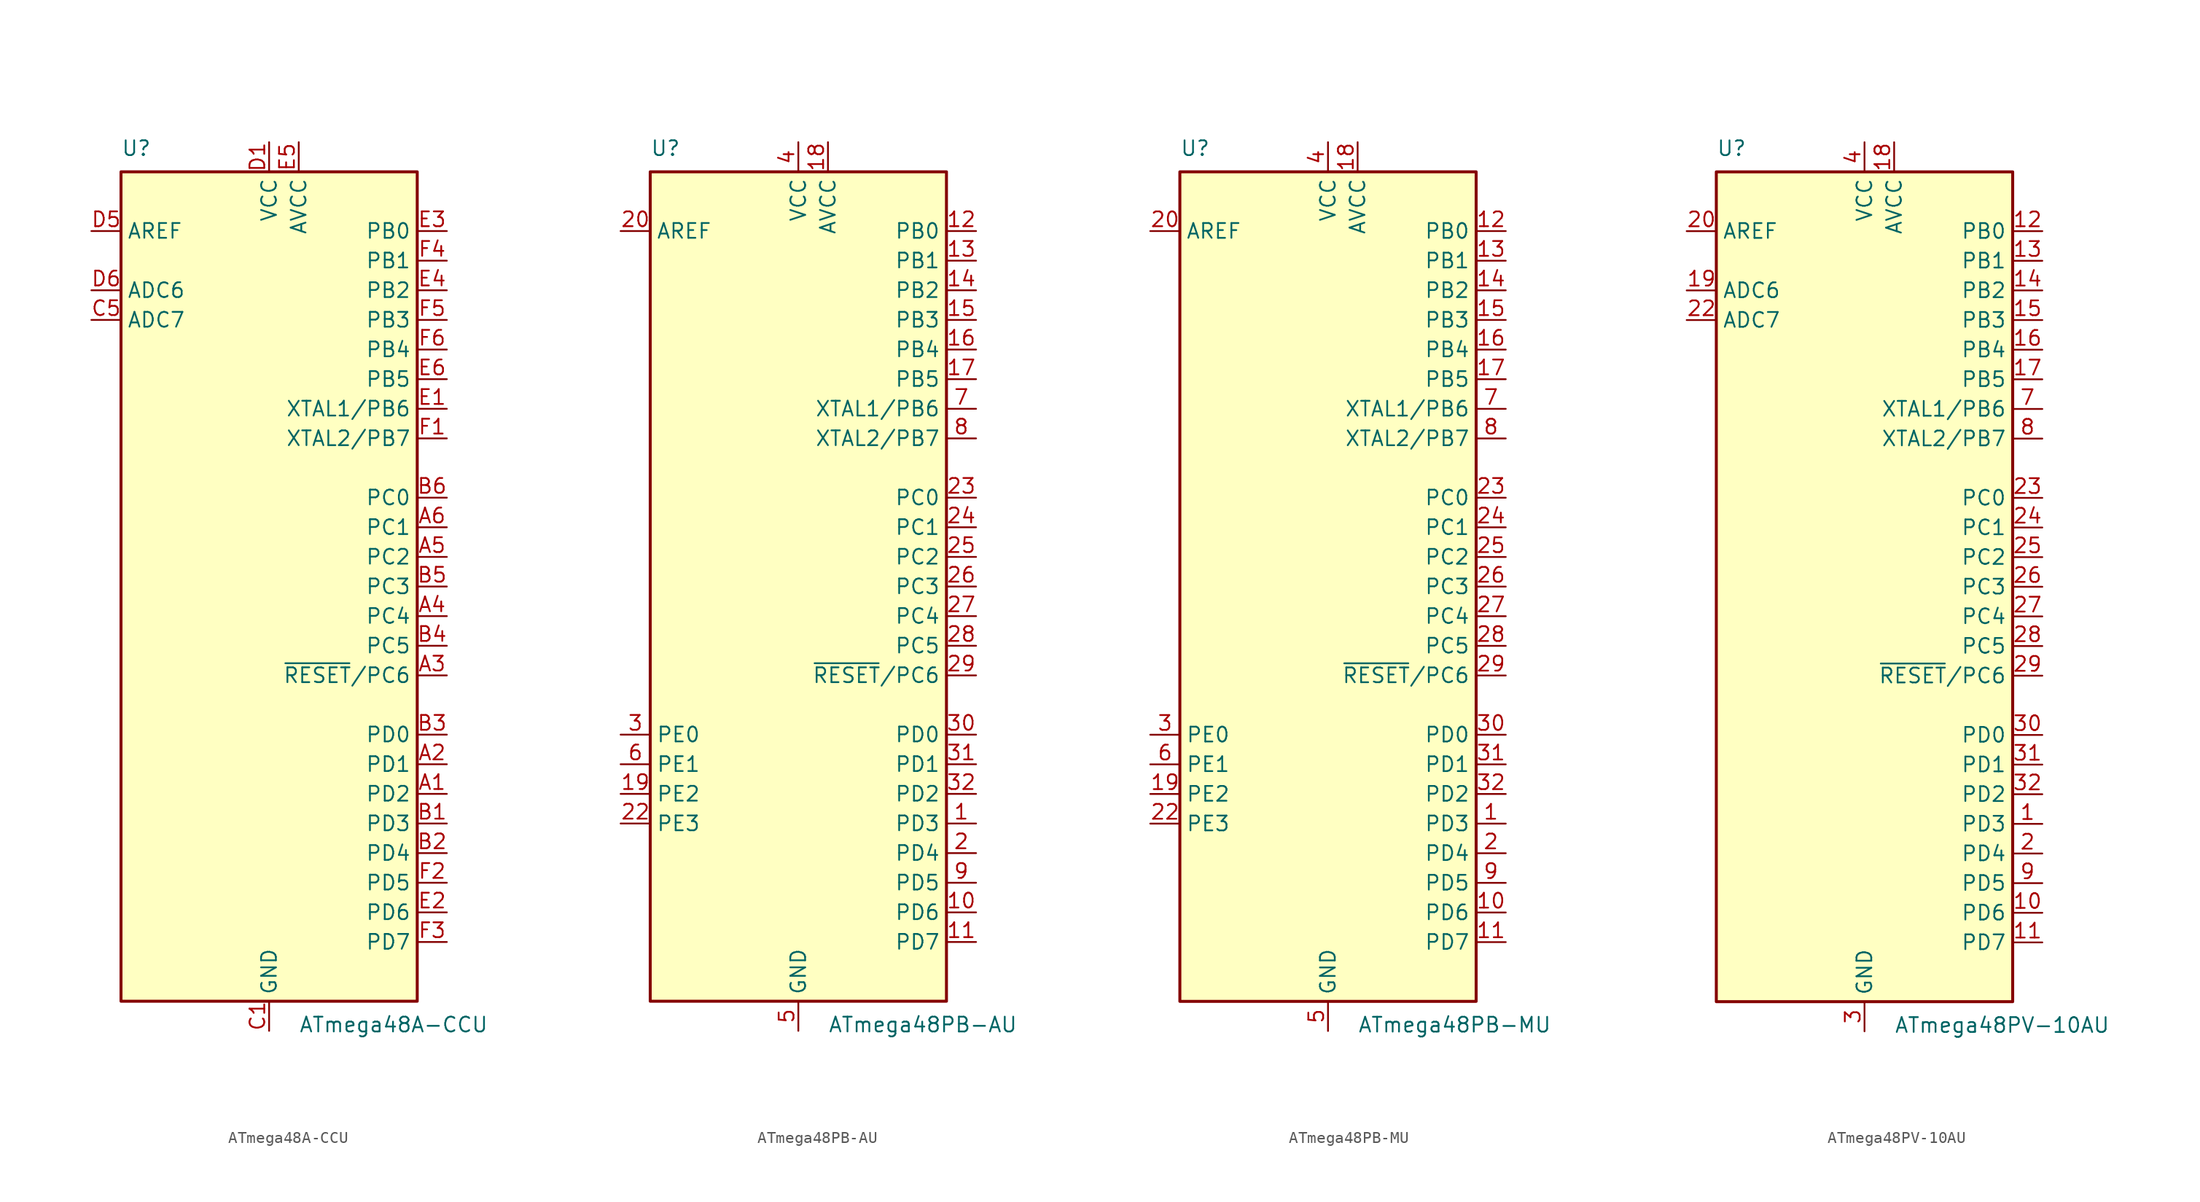
<source format=kicad_sym>
(kicad_symbol_lib
  (version 20211014)
  (generator kicad_symbol_editor)
  (symbol "ATmega48A-CCU"
    (property "Reference" "U"
      (at -12.7 36.83 0)
      (effects (font (size 1.27 1.27)) (justify left bottom)))
    (property "Value" "ATmega48A-CCU"
      (at 2.54 -36.83 0)
      (effects (font (size 1.27 1.27)) (justify left top)))
    (symbol "ATmega48A-CCU_0_1"
      (rectangle (start -12.7 -35.56) (end 12.7 35.56) (stroke (width 0.254) (type default) (color 0 0 0 0)) (fill (type background))))
    (symbol "ATmega48A-CCU_1_1"
      (pin bidirectional line (at 15.24 -17.78 180) (length 2.54) (name "PD2" (effects (font (size 1.27 1.27)))) (number "A1" (effects (font (size 1.27 1.27)))))
      (pin bidirectional line (at 15.24 -15.24 180) (length 2.54) (name "PD1" (effects (font (size 1.27 1.27)))) (number "A2" (effects (font (size 1.27 1.27)))))
      (pin bidirectional line (at 15.24 -7.62 180) (length 2.54) (name "~{RESET}/PC6" (effects (font (size 1.27 1.27)))) (number "A3" (effects (font (size 1.27 1.27)))))
      (pin bidirectional line (at 15.24 -2.54 180) (length 2.54) (name "PC4" (effects (font (size 1.27 1.27)))) (number "A4" (effects (font (size 1.27 1.27)))))
      (pin bidirectional line (at 15.24 2.54 180) (length 2.54) (name "PC2" (effects (font (size 1.27 1.27)))) (number "A5" (effects (font (size 1.27 1.27)))))
      (pin bidirectional line (at 15.24 5.08 180) (length 2.54) (name "PC1" (effects (font (size 1.27 1.27)))) (number "A6" (effects (font (size 1.27 1.27)))))
      (pin bidirectional line (at 15.24 -20.32 180) (length 2.54) (name "PD3" (effects (font (size 1.27 1.27)))) (number "B1" (effects (font (size 1.27 1.27)))))
      (pin bidirectional line (at 15.24 -22.86 180) (length 2.54) (name "PD4" (effects (font (size 1.27 1.27)))) (number "B2" (effects (font (size 1.27 1.27)))))
      (pin bidirectional line (at 15.24 -12.7 180) (length 2.54) (name "PD0" (effects (font (size 1.27 1.27)))) (number "B3" (effects (font (size 1.27 1.27)))))
      (pin bidirectional line (at 15.24 -5.08 180) (length 2.54) (name "PC5" (effects (font (size 1.27 1.27)))) (number "B4" (effects (font (size 1.27 1.27)))))
      (pin bidirectional line (at 15.24 0 180) (length 2.54) (name "PC3" (effects (font (size 1.27 1.27)))) (number "B5" (effects (font (size 1.27 1.27)))))
      (pin bidirectional line (at 15.24 7.62 180) (length 2.54) (name "PC0" (effects (font (size 1.27 1.27)))) (number "B6" (effects (font (size 1.27 1.27)))))
      (pin power_in line (at 0 -38.1 90) (length 2.54) (name "GND" (effects (font (size 1.27 1.27)))) (number "C1" (effects (font (size 1.27 1.27)))))
      (pin passive line (at 0 -38.1 90) (length 2.54) hide (name "GND" (effects (font (size 1.27 1.27)))) (number "C2" (effects (font (size 1.27 1.27)))))
      (pin input line (at -15.24 22.86 0) (length 2.54) (name "ADC7" (effects (font (size 1.27 1.27)))) (number "C5" (effects (font (size 1.27 1.27)))))
      (pin passive line (at 0 -38.1 90) (length 2.54) hide (name "GND" (effects (font (size 1.27 1.27)))) (number "C6" (effects (font (size 1.27 1.27)))))
      (pin power_in line (at 0 38.1 270) (length 2.54) (name "VCC" (effects (font (size 1.27 1.27)))) (number "D1" (effects (font (size 1.27 1.27)))))
      (pin passive line (at 0 38.1 270) (length 2.54) hide (name "VCC" (effects (font (size 1.27 1.27)))) (number "D2" (effects (font (size 1.27 1.27)))))
      (pin passive line (at -15.24 30.48 0) (length 2.54) (name "AREF" (effects (font (size 1.27 1.27)))) (number "D5" (effects (font (size 1.27 1.27)))))
      (pin input line (at -15.24 25.4 0) (length 2.54) (name "ADC6" (effects (font (size 1.27 1.27)))) (number "D6" (effects (font (size 1.27 1.27)))))
      (pin bidirectional line (at 15.24 15.24 180) (length 2.54) (name "XTAL1/PB6" (effects (font (size 1.27 1.27)))) (number "E1" (effects (font (size 1.27 1.27)))))
      (pin bidirectional line (at 15.24 -27.94 180) (length 2.54) (name "PD6" (effects (font (size 1.27 1.27)))) (number "E2" (effects (font (size 1.27 1.27)))))
      (pin bidirectional line (at 15.24 30.48 180) (length 2.54) (name "PB0" (effects (font (size 1.27 1.27)))) (number "E3" (effects (font (size 1.27 1.27)))))
      (pin bidirectional line (at 15.24 25.4 180) (length 2.54) (name "PB2" (effects (font (size 1.27 1.27)))) (number "E4" (effects (font (size 1.27 1.27)))))
      (pin power_in line (at 2.54 38.1 270) (length 2.54) (name "AVCC" (effects (font (size 1.27 1.27)))) (number "E5" (effects (font (size 1.27 1.27)))))
      (pin bidirectional line (at 15.24 17.78 180) (length 2.54) (name "PB5" (effects (font (size 1.27 1.27)))) (number "E6" (effects (font (size 1.27 1.27)))))
      (pin bidirectional line (at 15.24 12.7 180) (length 2.54) (name "XTAL2/PB7" (effects (font (size 1.27 1.27)))) (number "F1" (effects (font (size 1.27 1.27)))))
      (pin bidirectional line (at 15.24 -25.4 180) (length 2.54) (name "PD5" (effects (font (size 1.27 1.27)))) (number "F2" (effects (font (size 1.27 1.27)))))
      (pin bidirectional line (at 15.24 -30.48 180) (length 2.54) (name "PD7" (effects (font (size 1.27 1.27)))) (number "F3" (effects (font (size 1.27 1.27)))))
      (pin bidirectional line (at 15.24 27.94 180) (length 2.54) (name "PB1" (effects (font (size 1.27 1.27)))) (number "F4" (effects (font (size 1.27 1.27)))))
      (pin bidirectional line (at 15.24 22.86 180) (length 2.54) (name "PB3" (effects (font (size 1.27 1.27)))) (number "F5" (effects (font (size 1.27 1.27)))))
      (pin bidirectional line (at 15.24 20.32 180) (length 2.54) (name "PB4" (effects (font (size 1.27 1.27)))) (number "F6" (effects (font (size 1.27 1.27)))))))
  (symbol "ATmega48PB-AU"
    (property "Reference" "U"
      (at -12.7 36.83 0)
      (effects (font (size 1.27 1.27)) (justify left bottom)))
    (property "Value" "ATmega48PB-AU"
      (at 2.54 -36.83 0)
      (effects (font (size 1.27 1.27)) (justify left top)))
    (symbol "ATmega48PB-AU_0_1"
      (rectangle (start -12.7 -35.56) (end 12.7 35.56) (stroke (width 0.254) (type default) (color 0 0 0 0)) (fill (type background))))
    (symbol "ATmega48PB-AU_1_1"
      (pin bidirectional line (at 15.24 -20.32 180) (length 2.54) (name "PD3" (effects (font (size 1.27 1.27)))) (number "1" (effects (font (size 1.27 1.27)))))
      (pin bidirectional line (at 15.24 -27.94 180) (length 2.54) (name "PD6" (effects (font (size 1.27 1.27)))) (number "10" (effects (font (size 1.27 1.27)))))
      (pin bidirectional line (at 15.24 -30.48 180) (length 2.54) (name "PD7" (effects (font (size 1.27 1.27)))) (number "11" (effects (font (size 1.27 1.27)))))
      (pin bidirectional line (at 15.24 30.48 180) (length 2.54) (name "PB0" (effects (font (size 1.27 1.27)))) (number "12" (effects (font (size 1.27 1.27)))))
      (pin bidirectional line (at 15.24 27.94 180) (length 2.54) (name "PB1" (effects (font (size 1.27 1.27)))) (number "13" (effects (font (size 1.27 1.27)))))
      (pin bidirectional line (at 15.24 25.4 180) (length 2.54) (name "PB2" (effects (font (size 1.27 1.27)))) (number "14" (effects (font (size 1.27 1.27)))))
      (pin bidirectional line (at 15.24 22.86 180) (length 2.54) (name "PB3" (effects (font (size 1.27 1.27)))) (number "15" (effects (font (size 1.27 1.27)))))
      (pin bidirectional line (at 15.24 20.32 180) (length 2.54) (name "PB4" (effects (font (size 1.27 1.27)))) (number "16" (effects (font (size 1.27 1.27)))))
      (pin bidirectional line (at 15.24 17.78 180) (length 2.54) (name "PB5" (effects (font (size 1.27 1.27)))) (number "17" (effects (font (size 1.27 1.27)))))
      (pin power_in line (at 2.54 38.1 270) (length 2.54) (name "AVCC" (effects (font (size 1.27 1.27)))) (number "18" (effects (font (size 1.27 1.27)))))
      (pin bidirectional line (at -15.24 -17.78 0) (length 2.54) (name "PE2" (effects (font (size 1.27 1.27)))) (number "19" (effects (font (size 1.27 1.27)))))
      (pin bidirectional line (at 15.24 -22.86 180) (length 2.54) (name "PD4" (effects (font (size 1.27 1.27)))) (number "2" (effects (font (size 1.27 1.27)))))
      (pin passive line (at -15.24 30.48 0) (length 2.54) (name "AREF" (effects (font (size 1.27 1.27)))) (number "20" (effects (font (size 1.27 1.27)))))
      (pin passive line (at 0 -38.1 90) (length 2.54) hide (name "GND" (effects (font (size 1.27 1.27)))) (number "21" (effects (font (size 1.27 1.27)))))
      (pin bidirectional line (at -15.24 -20.32 0) (length 2.54) (name "PE3" (effects (font (size 1.27 1.27)))) (number "22" (effects (font (size 1.27 1.27)))))
      (pin bidirectional line (at 15.24 7.62 180) (length 2.54) (name "PC0" (effects (font (size 1.27 1.27)))) (number "23" (effects (font (size 1.27 1.27)))))
      (pin bidirectional line (at 15.24 5.08 180) (length 2.54) (name "PC1" (effects (font (size 1.27 1.27)))) (number "24" (effects (font (size 1.27 1.27)))))
      (pin bidirectional line (at 15.24 2.54 180) (length 2.54) (name "PC2" (effects (font (size 1.27 1.27)))) (number "25" (effects (font (size 1.27 1.27)))))
      (pin bidirectional line (at 15.24 0 180) (length 2.54) (name "PC3" (effects (font (size 1.27 1.27)))) (number "26" (effects (font (size 1.27 1.27)))))
      (pin bidirectional line (at 15.24 -2.54 180) (length 2.54) (name "PC4" (effects (font (size 1.27 1.27)))) (number "27" (effects (font (size 1.27 1.27)))))
      (pin bidirectional line (at 15.24 -5.08 180) (length 2.54) (name "PC5" (effects (font (size 1.27 1.27)))) (number "28" (effects (font (size 1.27 1.27)))))
      (pin bidirectional line (at 15.24 -7.62 180) (length 2.54) (name "~{RESET}/PC6" (effects (font (size 1.27 1.27)))) (number "29" (effects (font (size 1.27 1.27)))))
      (pin bidirectional line (at -15.24 -12.7 0) (length 2.54) (name "PE0" (effects (font (size 1.27 1.27)))) (number "3" (effects (font (size 1.27 1.27)))))
      (pin bidirectional line (at 15.24 -12.7 180) (length 2.54) (name "PD0" (effects (font (size 1.27 1.27)))) (number "30" (effects (font (size 1.27 1.27)))))
      (pin bidirectional line (at 15.24 -15.24 180) (length 2.54) (name "PD1" (effects (font (size 1.27 1.27)))) (number "31" (effects (font (size 1.27 1.27)))))
      (pin bidirectional line (at 15.24 -17.78 180) (length 2.54) (name "PD2" (effects (font (size 1.27 1.27)))) (number "32" (effects (font (size 1.27 1.27)))))
      (pin power_in line (at 0 38.1 270) (length 2.54) (name "VCC" (effects (font (size 1.27 1.27)))) (number "4" (effects (font (size 1.27 1.27)))))
      (pin power_in line (at 0 -38.1 90) (length 2.54) (name "GND" (effects (font (size 1.27 1.27)))) (number "5" (effects (font (size 1.27 1.27)))))
      (pin bidirectional line (at -15.24 -15.24 0) (length 2.54) (name "PE1" (effects (font (size 1.27 1.27)))) (number "6" (effects (font (size 1.27 1.27)))))
      (pin bidirectional line (at 15.24 15.24 180) (length 2.54) (name "XTAL1/PB6" (effects (font (size 1.27 1.27)))) (number "7" (effects (font (size 1.27 1.27)))))
      (pin bidirectional line (at 15.24 12.7 180) (length 2.54) (name "XTAL2/PB7" (effects (font (size 1.27 1.27)))) (number "8" (effects (font (size 1.27 1.27)))))
      (pin bidirectional line (at 15.24 -25.4 180) (length 2.54) (name "PD5" (effects (font (size 1.27 1.27)))) (number "9" (effects (font (size 1.27 1.27)))))))
  (symbol "ATmega48PB-MU"
    (property "Reference" "U"
      (at -12.7 36.83 0)
      (effects (font (size 1.27 1.27)) (justify left bottom)))
    (property "Value" "ATmega48PB-MU"
      (at 2.54 -36.83 0)
      (effects (font (size 1.27 1.27)) (justify left top)))
    (symbol "ATmega48PB-MU_0_1"
      (rectangle (start -12.7 -35.56) (end 12.7 35.56) (stroke (width 0.254) (type default) (color 0 0 0 0)) (fill (type background))))
    (symbol "ATmega48PB-MU_1_1"
      (pin bidirectional line (at 15.24 -20.32 180) (length 2.54) (name "PD3" (effects (font (size 1.27 1.27)))) (number "1" (effects (font (size 1.27 1.27)))))
      (pin bidirectional line (at 15.24 -27.94 180) (length 2.54) (name "PD6" (effects (font (size 1.27 1.27)))) (number "10" (effects (font (size 1.27 1.27)))))
      (pin bidirectional line (at 15.24 -30.48 180) (length 2.54) (name "PD7" (effects (font (size 1.27 1.27)))) (number "11" (effects (font (size 1.27 1.27)))))
      (pin bidirectional line (at 15.24 30.48 180) (length 2.54) (name "PB0" (effects (font (size 1.27 1.27)))) (number "12" (effects (font (size 1.27 1.27)))))
      (pin bidirectional line (at 15.24 27.94 180) (length 2.54) (name "PB1" (effects (font (size 1.27 1.27)))) (number "13" (effects (font (size 1.27 1.27)))))
      (pin bidirectional line (at 15.24 25.4 180) (length 2.54) (name "PB2" (effects (font (size 1.27 1.27)))) (number "14" (effects (font (size 1.27 1.27)))))
      (pin bidirectional line (at 15.24 22.86 180) (length 2.54) (name "PB3" (effects (font (size 1.27 1.27)))) (number "15" (effects (font (size 1.27 1.27)))))
      (pin bidirectional line (at 15.24 20.32 180) (length 2.54) (name "PB4" (effects (font (size 1.27 1.27)))) (number "16" (effects (font (size 1.27 1.27)))))
      (pin bidirectional line (at 15.24 17.78 180) (length 2.54) (name "PB5" (effects (font (size 1.27 1.27)))) (number "17" (effects (font (size 1.27 1.27)))))
      (pin power_in line (at 2.54 38.1 270) (length 2.54) (name "AVCC" (effects (font (size 1.27 1.27)))) (number "18" (effects (font (size 1.27 1.27)))))
      (pin bidirectional line (at -15.24 -17.78 0) (length 2.54) (name "PE2" (effects (font (size 1.27 1.27)))) (number "19" (effects (font (size 1.27 1.27)))))
      (pin bidirectional line (at 15.24 -22.86 180) (length 2.54) (name "PD4" (effects (font (size 1.27 1.27)))) (number "2" (effects (font (size 1.27 1.27)))))
      (pin passive line (at -15.24 30.48 0) (length 2.54) (name "AREF" (effects (font (size 1.27 1.27)))) (number "20" (effects (font (size 1.27 1.27)))))
      (pin passive line (at 0 -38.1 90) (length 2.54) hide (name "GND" (effects (font (size 1.27 1.27)))) (number "21" (effects (font (size 1.27 1.27)))))
      (pin bidirectional line (at -15.24 -20.32 0) (length 2.54) (name "PE3" (effects (font (size 1.27 1.27)))) (number "22" (effects (font (size 1.27 1.27)))))
      (pin bidirectional line (at 15.24 7.62 180) (length 2.54) (name "PC0" (effects (font (size 1.27 1.27)))) (number "23" (effects (font (size 1.27 1.27)))))
      (pin bidirectional line (at 15.24 5.08 180) (length 2.54) (name "PC1" (effects (font (size 1.27 1.27)))) (number "24" (effects (font (size 1.27 1.27)))))
      (pin bidirectional line (at 15.24 2.54 180) (length 2.54) (name "PC2" (effects (font (size 1.27 1.27)))) (number "25" (effects (font (size 1.27 1.27)))))
      (pin bidirectional line (at 15.24 0 180) (length 2.54) (name "PC3" (effects (font (size 1.27 1.27)))) (number "26" (effects (font (size 1.27 1.27)))))
      (pin bidirectional line (at 15.24 -2.54 180) (length 2.54) (name "PC4" (effects (font (size 1.27 1.27)))) (number "27" (effects (font (size 1.27 1.27)))))
      (pin bidirectional line (at 15.24 -5.08 180) (length 2.54) (name "PC5" (effects (font (size 1.27 1.27)))) (number "28" (effects (font (size 1.27 1.27)))))
      (pin bidirectional line (at 15.24 -7.62 180) (length 2.54) (name "~{RESET}/PC6" (effects (font (size 1.27 1.27)))) (number "29" (effects (font (size 1.27 1.27)))))
      (pin bidirectional line (at -15.24 -12.7 0) (length 2.54) (name "PE0" (effects (font (size 1.27 1.27)))) (number "3" (effects (font (size 1.27 1.27)))))
      (pin bidirectional line (at 15.24 -12.7 180) (length 2.54) (name "PD0" (effects (font (size 1.27 1.27)))) (number "30" (effects (font (size 1.27 1.27)))))
      (pin bidirectional line (at 15.24 -15.24 180) (length 2.54) (name "PD1" (effects (font (size 1.27 1.27)))) (number "31" (effects (font (size 1.27 1.27)))))
      (pin bidirectional line (at 15.24 -17.78 180) (length 2.54) (name "PD2" (effects (font (size 1.27 1.27)))) (number "32" (effects (font (size 1.27 1.27)))))
      (pin passive line (at 0 -38.1 90) (length 2.54) hide (name "GND" (effects (font (size 1.27 1.27)))) (number "33" (effects (font (size 1.27 1.27)))))
      (pin power_in line (at 0 38.1 270) (length 2.54) (name "VCC" (effects (font (size 1.27 1.27)))) (number "4" (effects (font (size 1.27 1.27)))))
      (pin power_in line (at 0 -38.1 90) (length 2.54) (name "GND" (effects (font (size 1.27 1.27)))) (number "5" (effects (font (size 1.27 1.27)))))
      (pin bidirectional line (at -15.24 -15.24 0) (length 2.54) (name "PE1" (effects (font (size 1.27 1.27)))) (number "6" (effects (font (size 1.27 1.27)))))
      (pin bidirectional line (at 15.24 15.24 180) (length 2.54) (name "XTAL1/PB6" (effects (font (size 1.27 1.27)))) (number "7" (effects (font (size 1.27 1.27)))))
      (pin bidirectional line (at 15.24 12.7 180) (length 2.54) (name "XTAL2/PB7" (effects (font (size 1.27 1.27)))) (number "8" (effects (font (size 1.27 1.27)))))
      (pin bidirectional line (at 15.24 -25.4 180) (length 2.54) (name "PD5" (effects (font (size 1.27 1.27)))) (number "9" (effects (font (size 1.27 1.27)))))))
  (symbol "ATmega48PV-10AU"
    (property "Reference" "U"
      (at -12.7 36.83 0)
      (effects (font (size 1.27 1.27)) (justify left bottom)))
    (property "Value" "ATmega48PV-10AU"
      (at 2.54 -36.83 0)
      (effects (font (size 1.27 1.27)) (justify left top)))
    (symbol "ATmega48PV-10AU_0_1"
      (rectangle (start -12.7 -35.56) (end 12.7 35.56) (stroke (width 0.254) (type default) (color 0 0 0 0)) (fill (type background))))
    (symbol "ATmega48PV-10AU_1_1"
      (pin bidirectional line (at 15.24 -20.32 180) (length 2.54) (name "PD3" (effects (font (size 1.27 1.27)))) (number "1" (effects (font (size 1.27 1.27)))))
      (pin bidirectional line (at 15.24 -27.94 180) (length 2.54) (name "PD6" (effects (font (size 1.27 1.27)))) (number "10" (effects (font (size 1.27 1.27)))))
      (pin bidirectional line (at 15.24 -30.48 180) (length 2.54) (name "PD7" (effects (font (size 1.27 1.27)))) (number "11" (effects (font (size 1.27 1.27)))))
      (pin bidirectional line (at 15.24 30.48 180) (length 2.54) (name "PB0" (effects (font (size 1.27 1.27)))) (number "12" (effects (font (size 1.27 1.27)))))
      (pin bidirectional line (at 15.24 27.94 180) (length 2.54) (name "PB1" (effects (font (size 1.27 1.27)))) (number "13" (effects (font (size 1.27 1.27)))))
      (pin bidirectional line (at 15.24 25.4 180) (length 2.54) (name "PB2" (effects (font (size 1.27 1.27)))) (number "14" (effects (font (size 1.27 1.27)))))
      (pin bidirectional line (at 15.24 22.86 180) (length 2.54) (name "PB3" (effects (font (size 1.27 1.27)))) (number "15" (effects (font (size 1.27 1.27)))))
      (pin bidirectional line (at 15.24 20.32 180) (length 2.54) (name "PB4" (effects (font (size 1.27 1.27)))) (number "16" (effects (font (size 1.27 1.27)))))
      (pin bidirectional line (at 15.24 17.78 180) (length 2.54) (name "PB5" (effects (font (size 1.27 1.27)))) (number "17" (effects (font (size 1.27 1.27)))))
      (pin power_in line (at 2.54 38.1 270) (length 2.54) (name "AVCC" (effects (font (size 1.27 1.27)))) (number "18" (effects (font (size 1.27 1.27)))))
      (pin input line (at -15.24 25.4 0) (length 2.54) (name "ADC6" (effects (font (size 1.27 1.27)))) (number "19" (effects (font (size 1.27 1.27)))))
      (pin bidirectional line (at 15.24 -22.86 180) (length 2.54) (name "PD4" (effects (font (size 1.27 1.27)))) (number "2" (effects (font (size 1.27 1.27)))))
      (pin passive line (at -15.24 30.48 0) (length 2.54) (name "AREF" (effects (font (size 1.27 1.27)))) (number "20" (effects (font (size 1.27 1.27)))))
      (pin passive line (at 0 -38.1 90) (length 2.54) hide (name "GND" (effects (font (size 1.27 1.27)))) (number "21" (effects (font (size 1.27 1.27)))))
      (pin input line (at -15.24 22.86 0) (length 2.54) (name "ADC7" (effects (font (size 1.27 1.27)))) (number "22" (effects (font (size 1.27 1.27)))))
      (pin bidirectional line (at 15.24 7.62 180) (length 2.54) (name "PC0" (effects (font (size 1.27 1.27)))) (number "23" (effects (font (size 1.27 1.27)))))
      (pin bidirectional line (at 15.24 5.08 180) (length 2.54) (name "PC1" (effects (font (size 1.27 1.27)))) (number "24" (effects (font (size 1.27 1.27)))))
      (pin bidirectional line (at 15.24 2.54 180) (length 2.54) (name "PC2" (effects (font (size 1.27 1.27)))) (number "25" (effects (font (size 1.27 1.27)))))
      (pin bidirectional line (at 15.24 0 180) (length 2.54) (name "PC3" (effects (font (size 1.27 1.27)))) (number "26" (effects (font (size 1.27 1.27)))))
      (pin bidirectional line (at 15.24 -2.54 180) (length 2.54) (name "PC4" (effects (font (size 1.27 1.27)))) (number "27" (effects (font (size 1.27 1.27)))))
      (pin bidirectional line (at 15.24 -5.08 180) (length 2.54) (name "PC5" (effects (font (size 1.27 1.27)))) (number "28" (effects (font (size 1.27 1.27)))))
      (pin bidirectional line (at 15.24 -7.62 180) (length 2.54) (name "~{RESET}/PC6" (effects (font (size 1.27 1.27)))) (number "29" (effects (font (size 1.27 1.27)))))
      (pin power_in line (at 0 -38.1 90) (length 2.54) (name "GND" (effects (font (size 1.27 1.27)))) (number "3" (effects (font (size 1.27 1.27)))))
      (pin bidirectional line (at 15.24 -12.7 180) (length 2.54) (name "PD0" (effects (font (size 1.27 1.27)))) (number "30" (effects (font (size 1.27 1.27)))))
      (pin bidirectional line (at 15.24 -15.24 180) (length 2.54) (name "PD1" (effects (font (size 1.27 1.27)))) (number "31" (effects (font (size 1.27 1.27)))))
      (pin bidirectional line (at 15.24 -17.78 180) (length 2.54) (name "PD2" (effects (font (size 1.27 1.27)))) (number "32" (effects (font (size 1.27 1.27)))))
      (pin power_in line (at 0 38.1 270) (length 2.54) (name "VCC" (effects (font (size 1.27 1.27)))) (number "4" (effects (font (size 1.27 1.27)))))
      (pin passive line (at 0 -38.1 90) (length 2.54) hide (name "GND" (effects (font (size 1.27 1.27)))) (number "5" (effects (font (size 1.27 1.27)))))
      (pin passive line (at 0 38.1 270) (length 2.54) hide (name "VCC" (effects (font (size 1.27 1.27)))) (number "6" (effects (font (size 1.27 1.27)))))
      (pin bidirectional line (at 15.24 15.24 180) (length 2.54) (name "XTAL1/PB6" (effects (font (size 1.27 1.27)))) (number "7" (effects (font (size 1.27 1.27)))))
      (pin bidirectional line (at 15.24 12.7 180) (length 2.54) (name "XTAL2/PB7" (effects (font (size 1.27 1.27)))) (number "8" (effects (font (size 1.27 1.27)))))
      (pin bidirectional line (at 15.24 -25.4 180) (length 2.54) (name "PD5" (effects (font (size 1.27 1.27)))) (number "9" (effects (font (size 1.27 1.27))))))))
</source>
